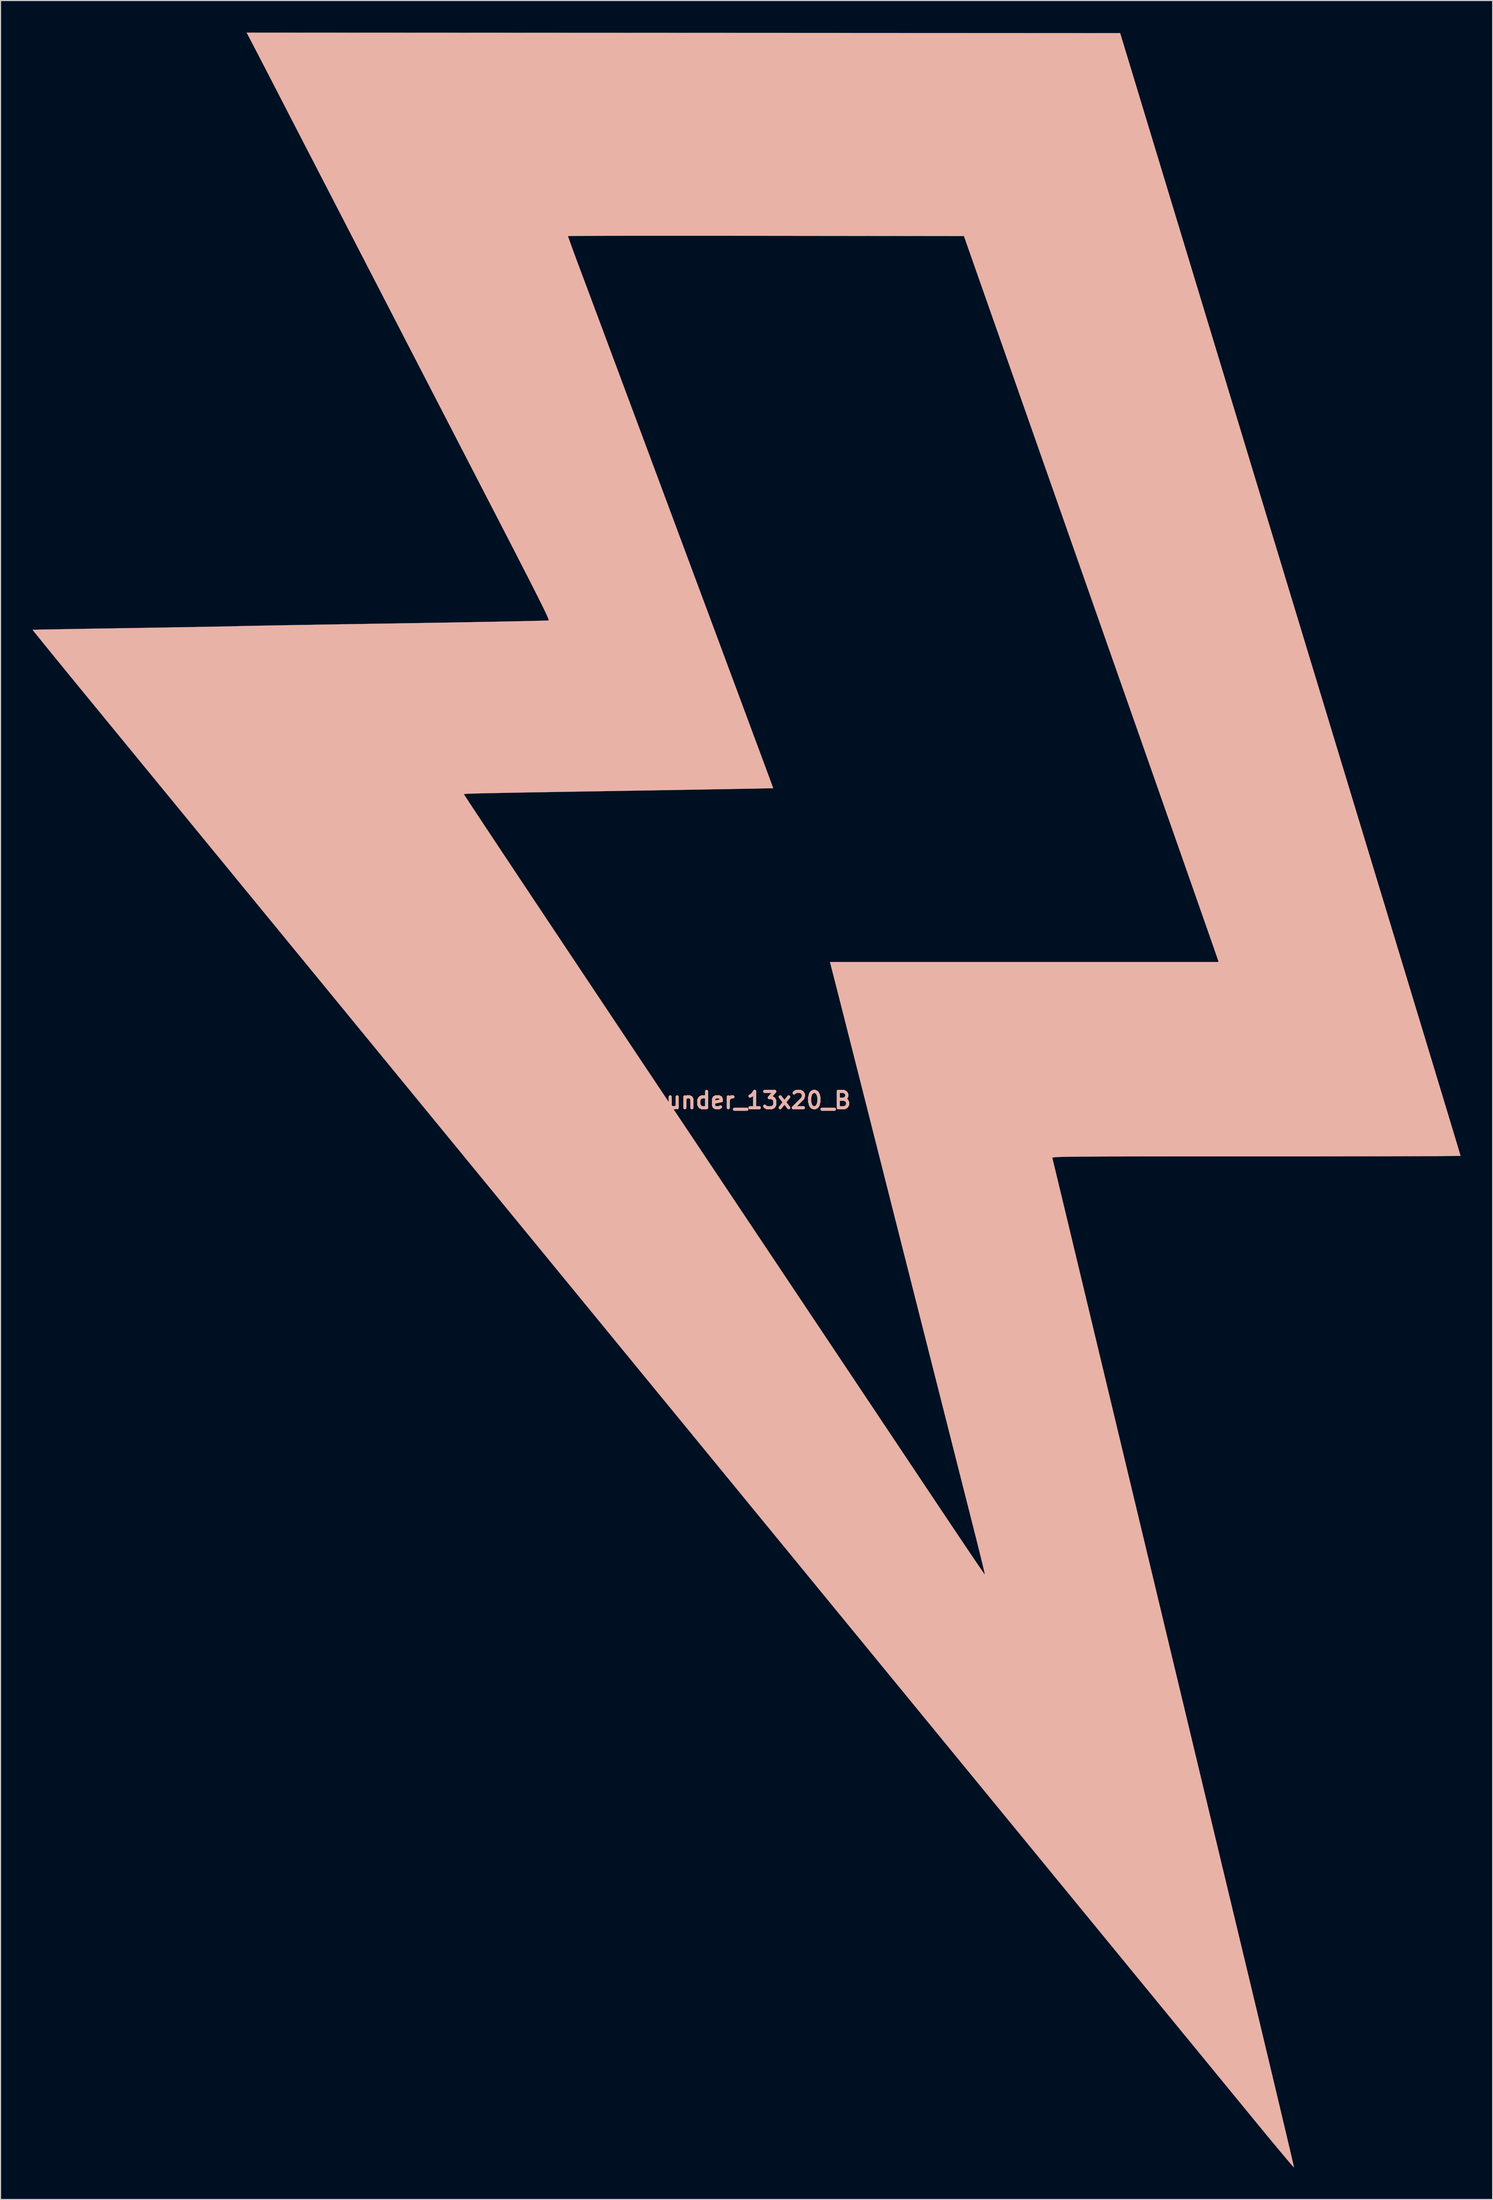
<source format=kicad_pcb>
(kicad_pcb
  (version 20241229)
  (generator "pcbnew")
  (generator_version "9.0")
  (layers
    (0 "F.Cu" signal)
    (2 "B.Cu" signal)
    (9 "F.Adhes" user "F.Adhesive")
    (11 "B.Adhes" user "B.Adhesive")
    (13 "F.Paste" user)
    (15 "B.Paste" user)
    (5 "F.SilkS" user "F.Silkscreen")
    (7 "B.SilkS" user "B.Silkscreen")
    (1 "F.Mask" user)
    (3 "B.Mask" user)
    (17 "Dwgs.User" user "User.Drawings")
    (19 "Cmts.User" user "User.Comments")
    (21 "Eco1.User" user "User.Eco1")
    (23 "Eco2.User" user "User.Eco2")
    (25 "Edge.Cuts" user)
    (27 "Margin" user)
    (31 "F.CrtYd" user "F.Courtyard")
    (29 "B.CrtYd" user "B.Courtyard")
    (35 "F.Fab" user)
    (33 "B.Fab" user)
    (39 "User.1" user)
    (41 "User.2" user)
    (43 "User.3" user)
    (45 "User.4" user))
  (footprint "thunder_13x20_B"
    (layer "F.Cu")
    (at 66.875 99.997)
    (property "Reference" "thunder_13x20_B" (at 0 0 0) (layer "B.SilkS") (effects (font (size 1.524 1.524) (thickness 0.3))))
    (attr through_hole)
    (fp_poly (pts (xy -5.912 -99.97) (xy 35 -99.949) (xy 35.4 -98.637) (xy 35.476 -98.385) (xy 35.598 -97.984) (xy 35.762 -97.444) (xy 35.965 -96.776) (xy 36.202 -95.994) (xy 36.471 -95.108) (xy 36.767 -94.131) (xy 37.088 -93.073) (xy 37.429 -91.948) (xy 37.788 -90.765) (xy 38.16 -89.538) (xy 38.542 -88.278) (xy 38.764 -87.545) (xy 39.173 -86.197) (xy 39.589 -84.827) (xy 40.006 -83.45) (xy 40.421 -82.083) (xy 40.827 -80.744) (xy 41.22 -79.448) (xy 41.595 -78.212) (xy 41.946 -77.054) (xy 42.269 -75.989) (xy 42.559 -75.034) (xy 42.81 -74.206) (xy 43.018 -73.521) (xy 43.04 -73.448) (xy 43.193 -72.945) (xy 43.392 -72.289) (xy 43.634 -71.491) (xy 43.916 -70.561) (xy 44.236 -69.508) (xy 44.59 -68.342) (xy 44.975 -67.073) (xy 45.388 -65.711) (xy 45.827 -64.265) (xy 46.288 -62.746) (xy 46.768 -61.163) (xy 47.264 -59.526) (xy 47.774 -57.846) (xy 48.295 -56.131) (xy 48.822 -54.392) (xy 49.354 -52.638) (xy 49.784 -51.223) (xy 50.336 -49.402) (xy 50.897 -47.552) (xy 51.463 -45.687) (xy 52.031 -43.817) (xy 52.595 -41.956) (xy 53.154 -40.117) (xy 53.702 -38.31) (xy 54.236 -36.55) (xy 54.752 -34.847) (xy 55.247 -33.216) (xy 55.717 -31.667) (xy 56.159 -30.213) (xy 56.567 -28.867) (xy 56.939 -27.642) (xy 57.271 -26.548) (xy 57.558 -25.6) (xy 57.658 -25.273) (xy 58.506 -22.478) (xy 59.306 -19.842) (xy 60.059 -17.36) (xy 60.766 -15.03) (xy 61.428 -12.848) (xy 62.046 -10.81) (xy 62.621 -8.913) (xy 63.155 -7.154) (xy 63.648 -5.528) (xy 64.101 -4.033) (xy 64.516 -2.664) (xy 64.893 -1.418) (xy 65.234 -0.293) (xy 65.54 0.717) (xy 65.811 1.614) (xy 66.049 2.402) (xy 66.255 3.084) (xy 66.43 3.664) (xy 66.575 4.145) (xy 66.691 4.532) (xy 66.779 4.827) (xy 66.84 5.034) (xy 66.876 5.157) (xy 66.887 5.198) (xy 66.803 5.203) (xy 66.558 5.207) (xy 66.159 5.212) (xy 65.612 5.216) (xy 64.927 5.221) (xy 64.11 5.225) (xy 63.169 5.228) (xy 62.111 5.232) (xy 60.945 5.235) (xy 59.676 5.238) (xy 58.314 5.241) (xy 56.866 5.243) (xy 55.339 5.245) (xy 53.74 5.247) (xy 52.077 5.248) (xy 50.359 5.249) (xy 48.591 5.249) (xy 47.746 5.249) (xy 45.622 5.249) (xy 43.661 5.25) (xy 41.856 5.25) (xy 40.201 5.25) (xy 38.689 5.251) (xy 37.315 5.252) (xy 36.071 5.254) (xy 34.952 5.256) (xy 33.95 5.258) (xy 33.059 5.261) (xy 32.273 5.265) (xy 31.585 5.269) (xy 30.989 5.274) (xy 30.479 5.279) (xy 30.047 5.286) (xy 29.688 5.293) (xy 29.395 5.301) (xy 29.161 5.31) (xy 28.981 5.32) (xy 28.847 5.331) (xy 28.754 5.343) (xy 28.694 5.356) (xy 28.661 5.37) (xy 28.649 5.386) (xy 28.65 5.397) (xy 28.674 5.493) (xy 28.735 5.746) (xy 28.832 6.147) (xy 28.963 6.691) (xy 29.127 7.369) (xy 29.32 8.173) (xy 29.542 9.096) (xy 29.791 10.13) (xy 30.064 11.268) (xy 30.36 12.502) (xy 30.677 13.824) (xy 31.014 15.227) (xy 31.368 16.702) (xy 31.738 18.243) (xy 32.121 19.842) (xy 32.516 21.49) (xy 32.895 23.072) (xy 33.67 26.304) (xy 34.409 29.386) (xy 35.115 32.331) (xy 35.791 35.153) (xy 36.442 37.868) (xy 37.07 40.488) (xy 37.679 43.028) (xy 38.272 45.501) (xy 38.853 47.923) (xy 39.424 50.306) (xy 39.99 52.666) (xy 40.553 55.015) (xy 41.118 57.369) (xy 41.687 59.742) (xy 42.263 62.146) (xy 42.851 64.597) (xy 43.454 67.109) (xy 44.074 69.695) (xy 44.715 72.369) (xy 45.382 75.147) (xy 46.076 78.041) (xy 46.69 80.6) (xy 47.114 82.37) (xy 47.528 84.097) (xy 47.929 85.772) (xy 48.316 87.391) (xy 48.687 88.944) (xy 49.041 90.425) (xy 49.375 91.826) (xy 49.688 93.141) (xy 49.978 94.362) (xy 50.244 95.481) (xy 50.484 96.493) (xy 50.696 97.388) (xy 50.878 98.161) (xy 51.029 98.803) (xy 51.147 99.309) (xy 51.23 99.669) (xy 51.276 99.878) (xy 51.286 99.93) (xy 51.23 99.879) (xy 51.076 99.706) (xy 50.832 99.424) (xy 50.508 99.042) (xy 50.112 98.571) (xy 49.654 98.022) (xy 49.141 97.405) (xy 48.584 96.731) (xy 47.99 96.01) (xy 47.7 95.657) (xy 47.178 95.02) (xy 46.637 94.36) (xy 46.071 93.671) (xy 45.477 92.946) (xy 44.848 92.18) (xy 44.181 91.367) (xy 43.47 90.5) (xy 42.711 89.574) (xy 41.898 88.583) (xy 41.027 87.521) (xy 40.092 86.381) (xy 39.089 85.158) (xy 38.013 83.847) (xy 36.859 82.44) (xy 35.622 80.932) (xy 34.297 79.317) (xy 32.88 77.589) (xy 31.364 75.741) (xy 29.761 73.787) (xy 27.57 71.115) (xy 25.483 68.572) (xy 23.498 66.152) (xy 21.613 63.853) (xy 19.823 61.672) (xy 18.128 59.605) (xy 16.524 57.65) (xy 15.008 55.801) (xy 13.577 54.058) (xy 12.23 52.415) (xy 10.963 50.87) (xy 9.773 49.419) (xy 8.657 48.06) (xy 7.614 46.788) (xy 6.64 45.6) (xy 5.732 44.494) (xy 4.889 43.465) (xy 4.106 42.511) (xy 3.382 41.628) (xy 2.713 40.813) (xy 2.097 40.062) (xy 1.532 39.372) (xy 1.013 38.74) (xy 0.974 38.693) (xy -0.2 37.261) (xy -1.423 35.769) (xy -2.689 34.226) (xy -3.99 32.64) (xy -5.32 31.019) (xy -6.67 29.372) (xy -8.036 27.708) (xy -9.409 26.034) (xy -10.782 24.36) (xy -12.149 22.693) (xy -13.502 21.043) (xy -14.836 19.418) (xy -16.141 17.826) (xy -17.413 16.276) (xy -18.643 14.776) (xy -19.826 13.334) (xy -20.953 11.96) (xy -22.018 10.662) (xy -23.014 9.448) (xy -23.934 8.327) (xy -24.771 7.306) (xy -25.518 6.396) (xy -26.168 5.604) (xy -26.458 5.249) (xy -27.075 4.497) (xy -27.788 3.628) (xy -28.585 2.657) (xy -29.453 1.599) (xy -30.382 0.466) (xy -31.359 -0.725) (xy -32.373 -1.961) (xy -33.411 -3.227) (xy -34.463 -4.509) (xy -35.516 -5.792) (xy -36.558 -7.063) (xy -37.577 -8.306) (xy -38.438 -9.356) (xy -40.216 -11.523) (xy -41.949 -13.636) (xy -43.652 -15.712) (xy -45.336 -17.764) (xy -47.014 -19.81) (xy -48.698 -21.864) (xy -50.403 -23.942) (xy -52.139 -26.058) (xy -53.92 -28.23) (xy -54.285 -28.673) (xy -26.473 -28.673) (xy -26.429 -28.601) (xy -26.295 -28.392) (xy -26.072 -28.052) (xy -25.765 -27.585) (xy -25.376 -26.996) (xy -24.908 -26.289) (xy -24.365 -25.47) (xy -23.749 -24.542) (xy -23.064 -23.511) (xy -22.313 -22.38) (xy -21.499 -21.156) (xy -20.624 -19.842) (xy -19.693 -18.443) (xy -18.708 -16.964) (xy -17.672 -15.409) (xy -16.588 -13.783) (xy -15.46 -12.091) (xy -14.29 -10.337) (xy -13.082 -8.527) (xy -11.838 -6.663) (xy -10.563 -4.753) (xy -9.258 -2.799) (xy -7.927 -0.806) (xy -7.153 0.353) (xy -5.756 2.445) (xy -4.359 4.536) (xy -2.966 6.62) (xy -1.583 8.691) (xy -0.213 10.742) (xy 1.139 12.766) (xy 2.47 14.758) (xy 3.774 16.71) (xy 5.048 18.618) (xy 6.287 20.473) (xy 7.488 22.27) (xy 8.645 24.002) (xy 9.754 25.664) (xy 10.812 27.247) (xy 11.814 28.747) (xy 12.755 30.156) (xy 13.632 31.469) (xy 14.44 32.679) (xy 15.174 33.779) (xy 15.832 34.763) (xy 16.407 35.625) (xy 16.897 36.358) (xy 17.254 36.893) (xy 17.934 37.911) (xy 18.588 38.888) (xy 19.209 39.815) (xy 19.792 40.684) (xy 20.33 41.484) (xy 20.817 42.207) (xy 21.247 42.843) (xy 21.614 43.384) (xy 21.912 43.821) (xy 22.135 44.145) (xy 22.276 44.346) (xy 22.33 44.415) (xy 22.33 44.415) (xy 22.317 44.329) (xy 22.265 44.095) (xy 22.178 43.727) (xy 22.061 43.242) (xy 21.918 42.656) (xy 21.751 41.983) (xy 21.565 41.239) (xy 21.363 40.44) (xy 21.304 40.204) (xy 21.028 39.115) (xy 20.716 37.885) (xy 20.371 36.527) (xy 19.997 35.053) (xy 19.597 33.475) (xy 19.174 31.806) (xy 18.731 30.059) (xy 18.272 28.246) (xy 17.799 26.379) (xy 17.315 24.472) (xy 16.825 22.537) (xy 16.33 20.586) (xy 15.835 18.631) (xy 15.342 16.686) (xy 14.854 14.764) (xy 14.376 12.875) (xy 13.909 11.034) (xy 13.458 9.252) (xy 13.024 7.542) (xy 12.613 5.917) (xy 12.225 4.389) (xy 11.866 2.971) (xy 11.538 1.676) (xy 11.244 0.515) (xy 10.987 -0.499) (xy 10.91 -0.804) (xy 10.613 -1.975) (xy 10.317 -3.141) (xy 10.027 -4.286) (xy 9.746 -5.394) (xy 9.478 -6.45) (xy 9.228 -7.436) (xy 8.999 -8.338) (xy 8.795 -9.137) (xy 8.622 -9.82) (xy 8.482 -10.369) (xy 8.389 -10.732) (xy 7.82 -12.954) (xy 44.216 -12.954) (xy 44.167 -13.145) (xy 44.136 -13.237) (xy 44.051 -13.483) (xy 43.913 -13.879) (xy 43.724 -14.419) (xy 43.487 -15.098) (xy 43.203 -15.91) (xy 42.873 -16.851) (xy 42.501 -17.915) (xy 42.086 -19.097) (xy 41.633 -20.391) (xy 41.141 -21.793) (xy 40.614 -23.296) (xy 40.052 -24.897) (xy 39.458 -26.589) (xy 38.834 -28.368) (xy 38.182 -30.228) (xy 37.502 -32.164) (xy 36.798 -34.171) (xy 36.07 -36.243) (xy 35.321 -38.375) (xy 34.553 -40.563) (xy 33.767 -42.8) (xy 32.966 -45.081) (xy 32.244 -47.138) (xy 20.368 -80.941) (xy 1.836 -80.962) (xy 0.077 -80.964) (xy -1.637 -80.965) (xy -3.298 -80.966) (xy -4.898 -80.967) (xy -6.431 -80.967) (xy -7.888 -80.967) (xy -9.261 -80.967) (xy -10.543 -80.966) (xy -11.727 -80.964) (xy -12.803 -80.963) (xy -13.766 -80.961) (xy -14.607 -80.958) (xy -15.318 -80.956) (xy -15.892 -80.953) (xy -16.321 -80.95) (xy -16.598 -80.946) (xy -16.714 -80.942) (xy -16.718 -80.941) (xy -16.694 -80.855) (xy -16.618 -80.629) (xy -16.494 -80.28) (xy -16.331 -79.828) (xy -16.134 -79.29) (xy -15.91 -78.685) (xy -15.693 -78.105) (xy -15.433 -77.41) (xy -15.128 -76.595) (xy -14.782 -75.669) (xy -14.397 -74.638) (xy -13.976 -73.51) (xy -13.521 -72.292) (xy -13.036 -70.991) (xy -12.523 -69.614) (xy -11.984 -68.17) (xy -11.423 -66.664) (xy -10.842 -65.106) (xy -10.243 -63.5) (xy -9.63 -61.856) (xy -9.006 -60.18) (xy -8.372 -58.479) (xy -7.732 -56.761) (xy -7.089 -55.033) (xy -6.444 -53.303) (xy -5.802 -51.577) (xy -5.164 -49.863) (xy -4.533 -48.168) (xy -3.912 -46.5) (xy -3.303 -44.865) (xy -2.71 -43.272) (xy -2.135 -41.726) (xy -1.581 -40.236) (xy -1.05 -38.809) (xy -0.545 -37.453) (xy -0.07 -36.173) (xy 0.374 -34.978) (xy 0.784 -33.875) (xy 1.157 -32.872) (xy 1.49 -31.975) (xy 1.781 -31.191) (xy 2.026 -30.529) (xy 2.224 -29.995) (xy 2.371 -29.596) (xy 2.465 -29.341) (xy 2.502 -29.236) (xy 2.503 -29.233) (xy 2.418 -29.23) (xy 2.173 -29.224) (xy 1.777 -29.215) (xy 1.24 -29.204) (xy 0.57 -29.192) (xy -0.224 -29.177) (xy -1.131 -29.161) (xy -2.143 -29.143) (xy -3.251 -29.124) (xy -4.445 -29.103) (xy -5.717 -29.081) (xy -7.057 -29.059) (xy -8.455 -29.036) (xy -9.903 -29.012) (xy -10.377 -29.004) (xy -12.326 -28.972) (xy -14.112 -28.943) (xy -15.744 -28.916) (xy -17.227 -28.891) (xy -18.568 -28.869) (xy -19.775 -28.848) (xy -20.854 -28.829) (xy -21.813 -28.812) (xy -22.658 -28.796) (xy -23.397 -28.782) (xy -24.036 -28.769) (xy -24.582 -28.757) (xy -25.042 -28.746) (xy -25.424 -28.736) (xy -25.733 -28.726) (xy -25.978 -28.717) (xy -26.165 -28.708) (xy -26.3 -28.7) (xy -26.392 -28.692) (xy -26.447 -28.683) (xy -26.471 -28.675) (xy -26.473 -28.673) (xy -54.285 -28.673) (xy -55.759 -30.471) (xy -57.668 -32.798) (xy -59.66 -35.225) (xy -61.627 -37.622) (xy -62.369 -38.527) (xy -63.079 -39.395) (xy -63.751 -40.216) (xy -64.376 -40.981) (xy -64.948 -41.683) (xy -65.46 -42.311) (xy -65.904 -42.858) (xy -66.273 -43.314) (xy -66.56 -43.67) (xy -66.758 -43.917) (xy -66.858 -44.047) (xy -66.87 -44.066) (xy -66.784 -44.07) (xy -66.539 -44.076) (xy -66.147 -44.085) (xy -65.619 -44.095) (xy -64.965 -44.107) (xy -64.197 -44.121) (xy -63.326 -44.137) (xy -62.362 -44.153) (xy -61.317 -44.171) (xy -60.202 -44.189) (xy -59.027 -44.208) (xy -57.804 -44.227) (xy -57.785 -44.227) (xy -56.538 -44.247) (xy -55.324 -44.267) (xy -54.155 -44.286) (xy -53.043 -44.305) (xy -52.002 -44.323) (xy -51.044 -44.34) (xy -50.181 -44.355) (xy -49.425 -44.37) (xy -48.791 -44.382) (xy -48.289 -44.393) (xy -47.934 -44.401) (xy -47.752 -44.407) (xy -47.561 -44.413) (xy -47.21 -44.42) (xy -46.709 -44.431) (xy -46.068 -44.443) (xy -45.295 -44.457) (xy -44.402 -44.473) (xy -43.397 -44.491) (xy -42.29 -44.51) (xy -41.091 -44.531) (xy -39.809 -44.552) (xy -38.455 -44.575) (xy -37.036 -44.598) (xy -35.564 -44.622) (xy -34.048 -44.646) (xy -32.724 -44.667) (xy -31.193 -44.692) (xy -29.706 -44.716) (xy -28.274 -44.74) (xy -26.905 -44.764) (xy -25.607 -44.787) (xy -24.39 -44.81) (xy -23.262 -44.831) (xy -22.233 -44.851) (xy -21.311 -44.87) (xy -20.506 -44.887) (xy -19.825 -44.903) (xy -19.279 -44.917) (xy -18.876 -44.928) (xy -18.624 -44.938) (xy -18.534 -44.945) (xy -18.527 -44.977) (xy -18.549 -45.059) (xy -18.602 -45.199) (xy -18.69 -45.403) (xy -18.817 -45.677) (xy -18.985 -46.028) (xy -19.198 -46.462) (xy -19.459 -46.986) (xy -19.771 -47.606) (xy -20.138 -48.33) (xy -20.562 -49.162) (xy -21.048 -50.11) (xy -21.597 -51.181) (xy -22.215 -52.38) (xy -22.903 -53.714) (xy -23.665 -55.19) (xy -23.912 -55.668) (xy -24.68 -57.153) (xy -25.502 -58.745) (xy -26.368 -60.421) (xy -27.266 -62.158) (xy -28.183 -63.934) (xy -29.109 -65.726) (xy -30.032 -67.512) (xy -30.94 -69.269) (xy -31.821 -70.974) (xy -32.663 -72.605) (xy -33.455 -74.139) (xy -34.186 -75.553) (xy -34.433 -76.031) (xy -35.075 -77.274) (xy -35.711 -78.506) (xy -36.336 -79.715) (xy -36.942 -80.889) (xy -37.525 -82.018) (xy -38.078 -83.088) (xy -38.595 -84.089) (xy -39.07 -85.007) (xy -39.496 -85.833) (xy -39.869 -86.553) (xy -40.181 -87.157) (xy -40.426 -87.632) (xy -40.578 -87.926) (xy -40.849 -88.451) (xy -41.185 -89.1) (xy -41.571 -89.849) (xy -41.996 -90.672) (xy -42.445 -91.542) (xy -42.906 -92.435) (xy -43.365 -93.324) (xy -43.809 -94.185) (xy -43.812 -94.192) (xy -44.225 -94.993) (xy -44.629 -95.775) (xy -45.014 -96.519) (xy -45.371 -97.209) (xy -45.69 -97.825) (xy -45.963 -98.351) (xy -46.18 -98.768) (xy -46.331 -99.058) (xy -46.366 -99.124) (xy -46.824 -99.992) (xy -5.912 -99.97)) (stroke (width 0.01) (type solid)) (fill yes) (layer "B.SilkS")))
  (gr_rect
    (start -3 -3)
    (end 136.767 202.932)
    (stroke (width 0.1) (type default))
    (fill no)
    (layer "Edge.Cuts")))
</source>
